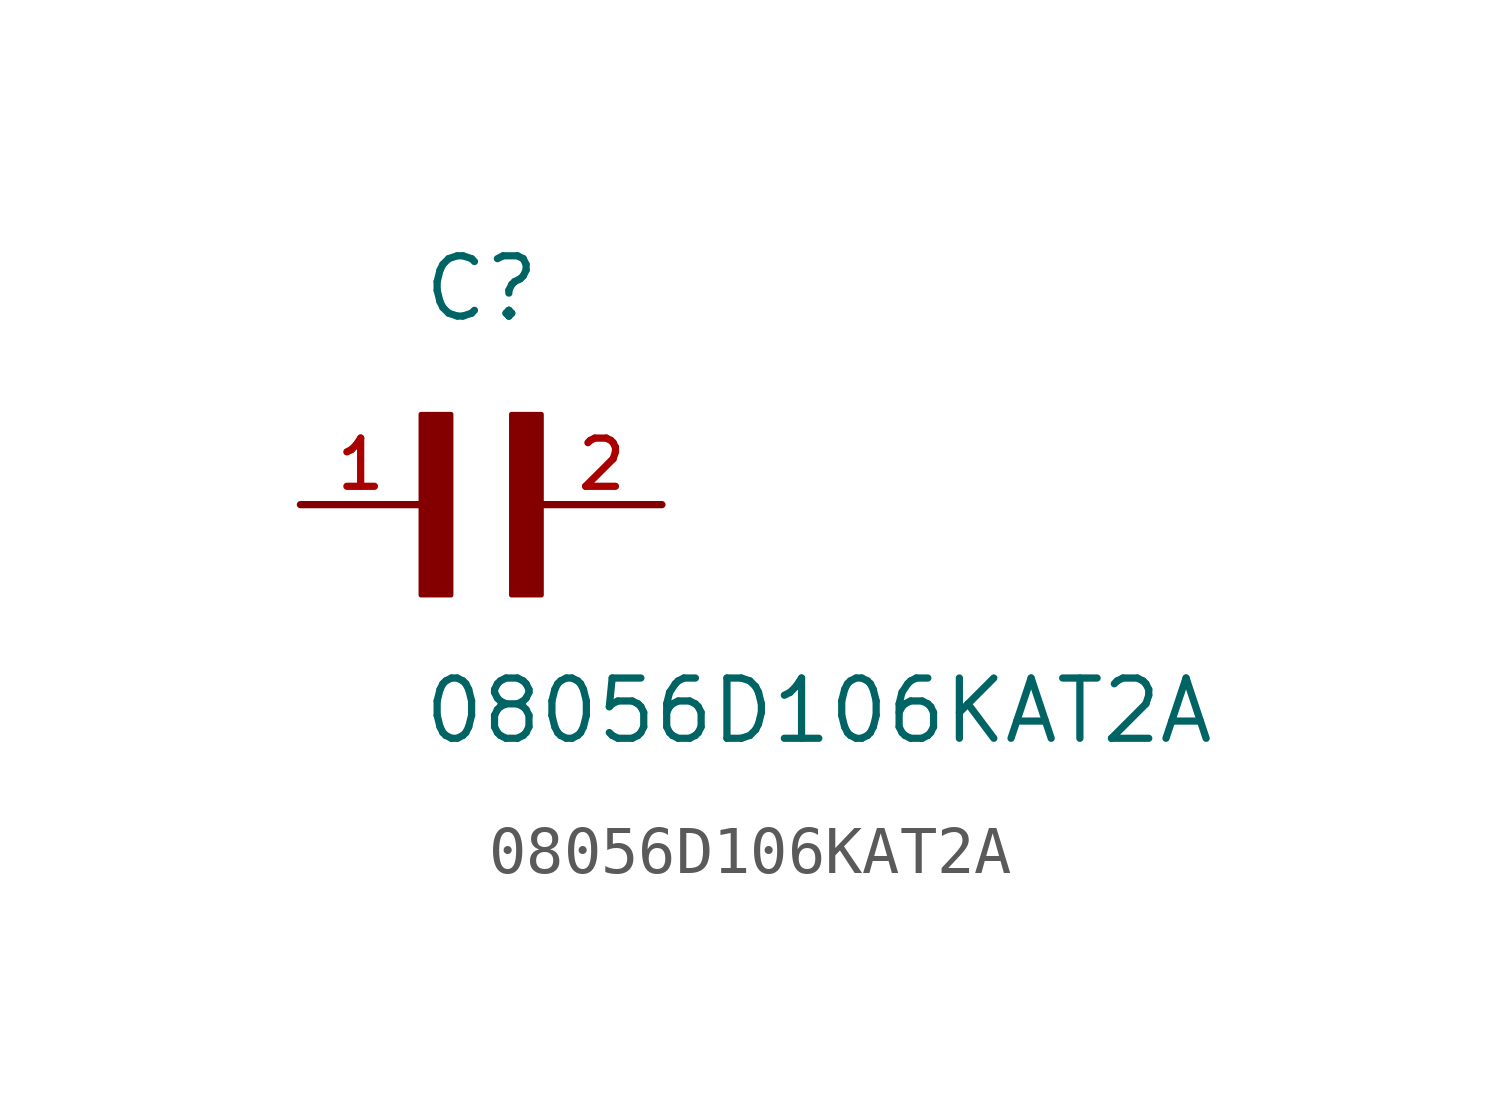
<source format=kicad_sym>
(kicad_symbol_lib
  (version 20211014)
  (generator kicad_symbol_editor)
  (symbol "08056D106KAT2A"
    (pin_names
      (offset 1.016))
    (property "Reference" "C"
      (at 0.0 3.811 0)
      (effects (font (size 1.27 1.27)) (justify bottom left)))
    (property "Value" "08056D106KAT2A"
      (at 0.0 -5.088 0)
      (effects (font (size 1.27 1.27)) (justify bottom left)))
    (symbol "08056D106KAT2A_0_0"
      (rectangle (start 0.0 -1.907) (end 0.635 1.905) (stroke (width 0.1)) (fill (type outline)))
      (rectangle (start 1.907 -1.907) (end 2.54 1.905) (stroke (width 0.1)) (fill (type outline)))
      (pin passive line (at 5.08 0.0 180.0) (length 2.54) (name "~" (effects (font (size 1.016 1.016)))) (number "2" (effects (font (size 1.016 1.016)))))
      (pin passive line (at -2.54 0.0 0) (length 2.54) (name "~" (effects (font (size 1.016 1.016)))) (number "1" (effects (font (size 1.016 1.016))))))))
</source>
